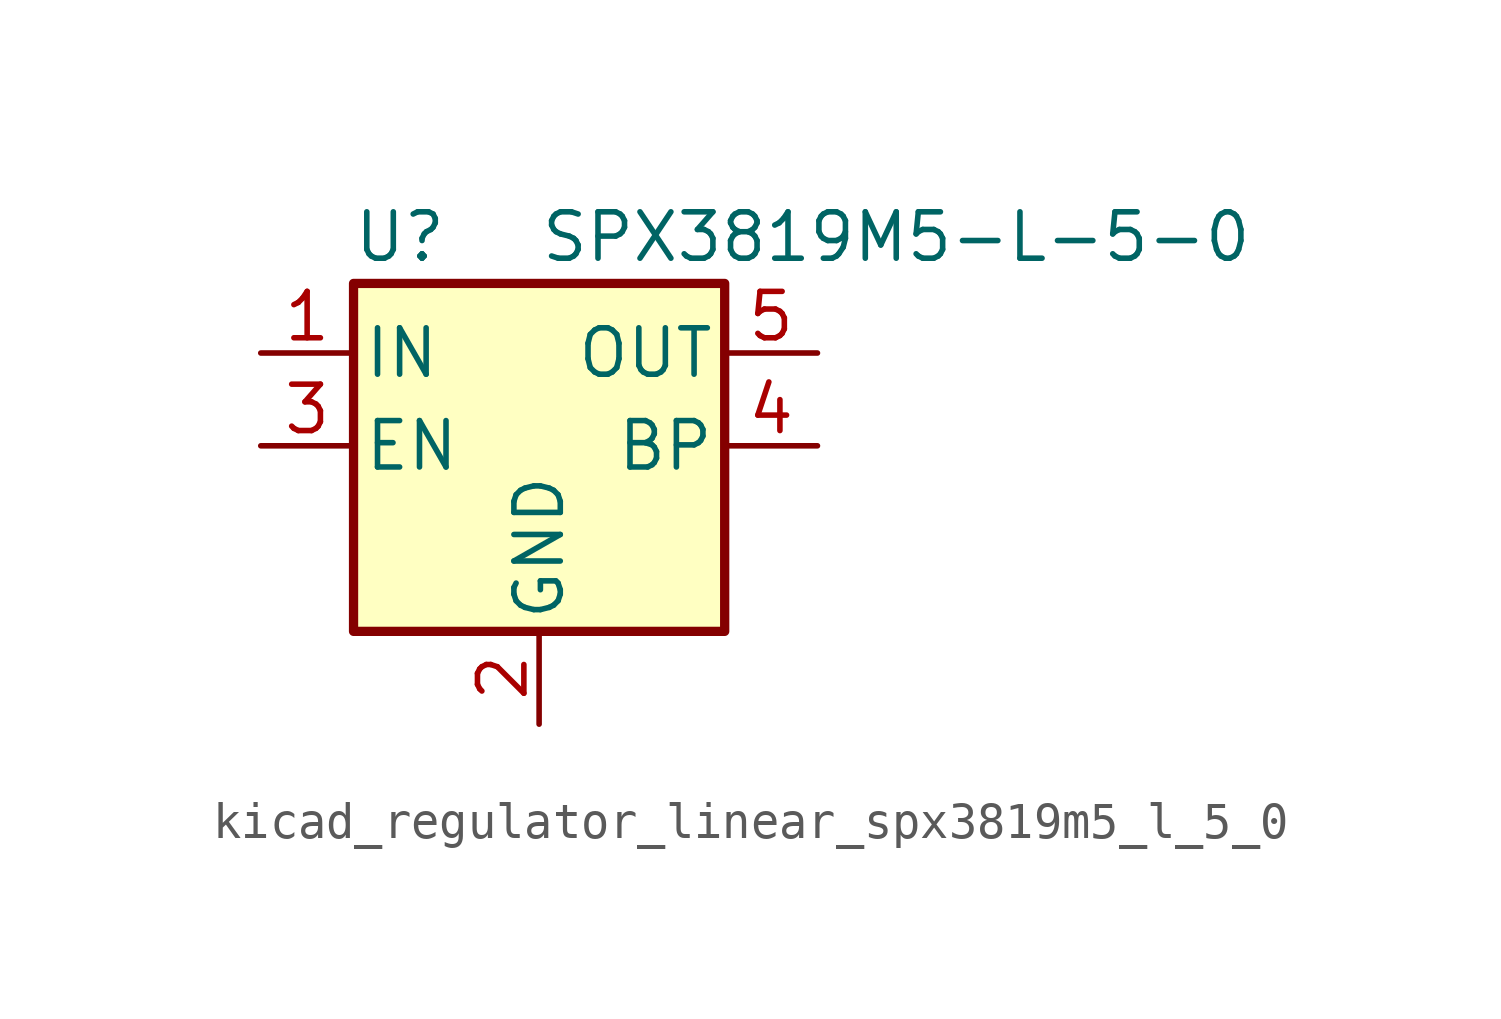
<source format=kicad_sym>
(kicad_symbol_lib
  (version 20220914)
  (generator kicad_symbol_editor)
  (symbol "kicad_regulator_linear_spx3819m5_l_5_0"
    (pin_names
      (offset 0.254))
    (property "Reference" "U"
      (at -3.81 5.715 0)
      (effects (font (size 1.27 1.27))))
    (property "Value" "SPX3819M5-L-5-0"
      (at 0 5.715 0)
      (effects (font (size 1.27 1.27)) (justify left)))
    (symbol "kicad_regulator_linear_spx3819m5_l_5_0_0_1"
      (rectangle (start -5.08 4.445) (end 5.08 -5.08) (stroke (width 0.254) (type default)) (fill (type background))))
    (symbol "kicad_regulator_linear_spx3819m5_l_5_0_1_1"
      (pin power_in line (at -7.62 2.54 0) (length 2.54) (name "IN" (effects (font (size 1.27 1.27)))) (number "1" (effects (font (size 1.27 1.27)))))
      (pin power_in line (at 0 -7.62 90) (length 2.54) (name "GND" (effects (font (size 1.27 1.27)))) (number "2" (effects (font (size 1.27 1.27)))))
      (pin input line (at -7.62 0 0) (length 2.54) (name "EN" (effects (font (size 1.27 1.27)))) (number "3" (effects (font (size 1.27 1.27)))))
      (pin input line (at 7.62 0 180) (length 2.54) (name "BP" (effects (font (size 1.27 1.27)))) (number "4" (effects (font (size 1.27 1.27)))))
      (pin power_out line (at 7.62 2.54 180) (length 2.54) (name "OUT" (effects (font (size 1.27 1.27)))) (number "5" (effects (font (size 1.27 1.27))))))))
</source>
